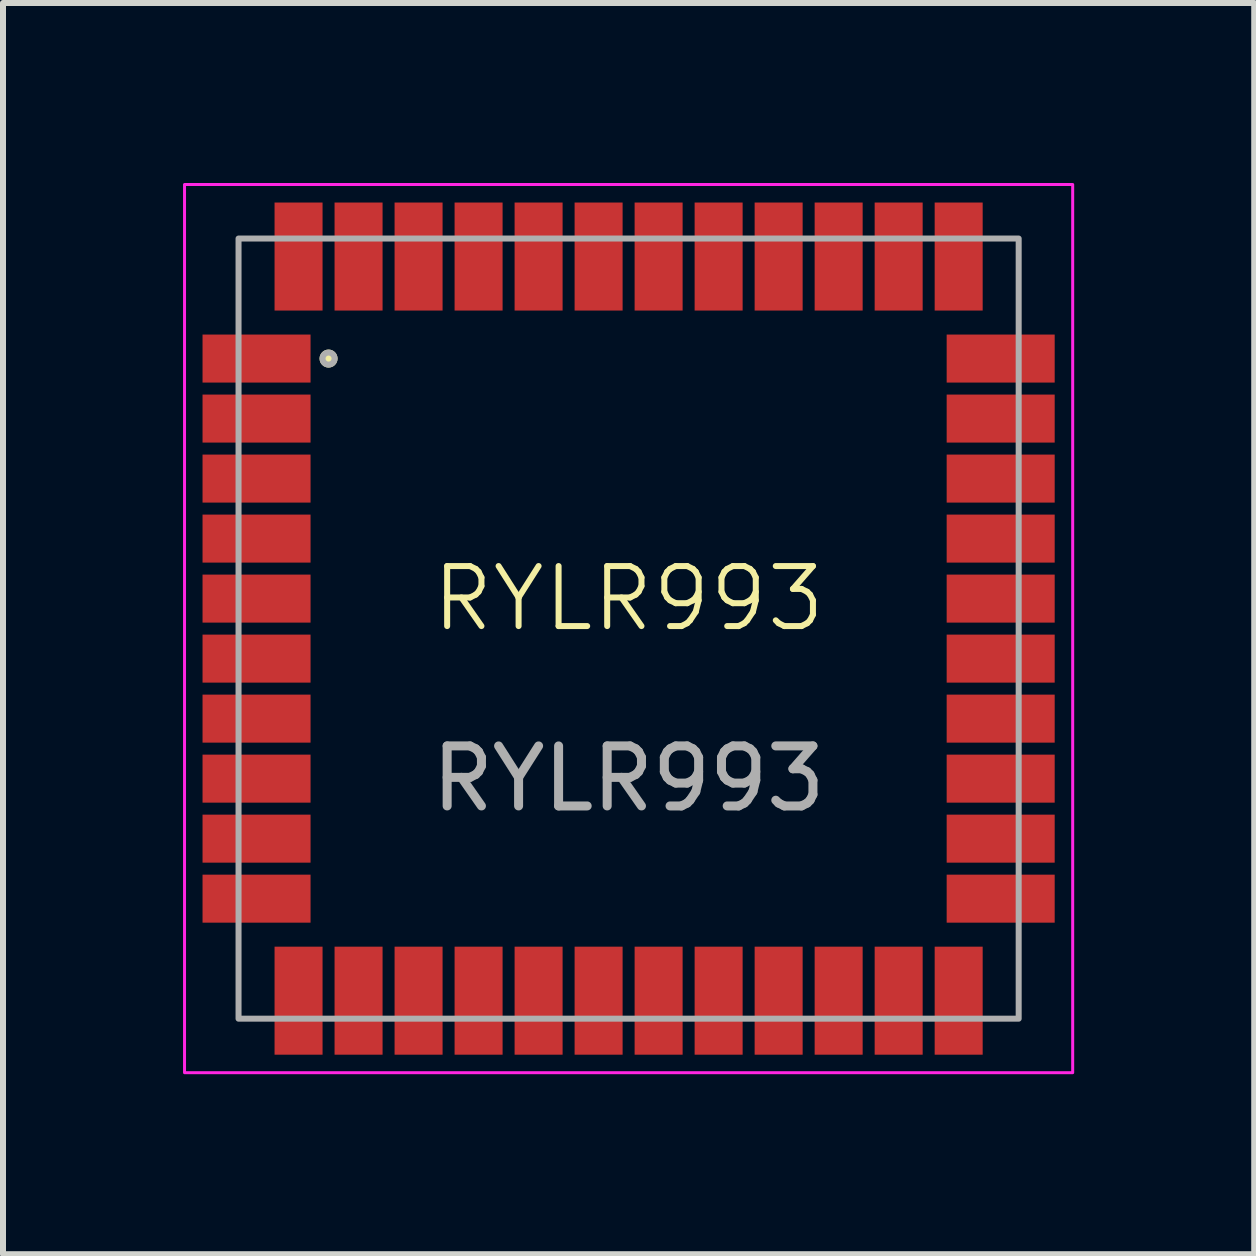
<source format=kicad_pcb>
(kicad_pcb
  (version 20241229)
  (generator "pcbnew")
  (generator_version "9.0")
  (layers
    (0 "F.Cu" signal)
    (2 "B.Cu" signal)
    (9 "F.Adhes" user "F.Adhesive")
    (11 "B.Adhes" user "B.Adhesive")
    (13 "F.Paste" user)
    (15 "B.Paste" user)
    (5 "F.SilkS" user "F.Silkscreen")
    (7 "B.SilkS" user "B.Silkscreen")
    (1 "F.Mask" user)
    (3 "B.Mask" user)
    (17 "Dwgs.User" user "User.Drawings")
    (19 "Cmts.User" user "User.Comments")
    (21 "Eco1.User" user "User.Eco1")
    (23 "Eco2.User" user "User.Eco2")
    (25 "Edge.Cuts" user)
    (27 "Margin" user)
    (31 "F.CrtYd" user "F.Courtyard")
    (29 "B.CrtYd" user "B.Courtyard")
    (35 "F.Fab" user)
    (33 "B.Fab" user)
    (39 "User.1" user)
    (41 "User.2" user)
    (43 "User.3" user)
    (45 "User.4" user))
  (footprint "RYLR993"
    (layer "F.Cu")
    (at 7.425 7.425)
    (property "Reference" "RYLR993" (at 0 -0.5 0) (unlocked yes) (layer "F.SilkS") (effects (font (size 1 1) (thickness 0.1))))
    (attr smd)
    (fp_circle (center -5 -4.5) (end -4.9 -4.5) (stroke (width 0.1) (type solid)) (fill yes) (layer "F.SilkS"))
    (fp_rect (start -7.4 -7.4) (end 7.4 7.4) (stroke (width 0.05) (type default)) (fill no) (layer "F.CrtYd"))
    (fp_rect (start -6.5 -6.5) (end 6.5 6.5) (stroke (width 0.1) (type default)) (fill no) (layer "F.Fab"))
    (fp_circle (center -5 -4.5) (end -4.9 -4.5) (stroke (width 0.1) (type solid)) (fill no) (layer "F.Fab"))
    (fp_text user "${REFERENCE}" (at 0 2.5 0) (unlocked yes) (layer "F.Fab") (effects (font (size 1 1) (thickness 0.15))))
    (pad "1" smd rect (at -6.2 -4.5) (size 1.8 0.8) (layers "F.Cu" "F.Mask" "F.Paste"))
    (pad "2" smd rect (at -6.2 -3.5) (size 1.8 0.8) (layers "F.Cu" "F.Mask" "F.Paste"))
    (pad "3" smd rect (at -6.2 -2.5) (size 1.8 0.8) (layers "F.Cu" "F.Mask" "F.Paste"))
    (pad "4" smd rect (at -6.2 -1.5) (size 1.8 0.8) (layers "F.Cu" "F.Mask" "F.Paste"))
    (pad "5" smd rect (at -6.2 -0.5) (size 1.8 0.8) (layers "F.Cu" "F.Mask" "F.Paste"))
    (pad "6" smd rect (at -6.2 0.5) (size 1.8 0.8) (layers "F.Cu" "F.Mask" "F.Paste"))
    (pad "7" smd rect (at -6.2 1.5) (size 1.8 0.8) (layers "F.Cu" "F.Mask" "F.Paste"))
    (pad "8" smd rect (at -6.2 2.5) (size 1.8 0.8) (layers "F.Cu" "F.Mask" "F.Paste"))
    (pad "9" smd rect (at -6.2 3.5) (size 1.8 0.8) (layers "F.Cu" "F.Mask" "F.Paste"))
    (pad "10" smd rect (at -6.2 4.5) (size 1.8 0.8) (layers "F.Cu" "F.Mask" "F.Paste"))
    (pad "11" smd rect (at -5.5 6.2 90) (size 1.8 0.8) (layers "F.Cu" "F.Mask" "F.Paste"))
    (pad "12" smd rect (at -4.5 6.2 90) (size 1.8 0.8) (layers "F.Cu" "F.Mask" "F.Paste"))
    (pad "13" smd rect (at -3.5 6.2 90) (size 1.8 0.8) (layers "F.Cu" "F.Mask" "F.Paste"))
    (pad "14" smd rect (at -2.5 6.2 90) (size 1.8 0.8) (layers "F.Cu" "F.Mask" "F.Paste"))
    (pad "15" smd rect (at -1.5 6.2 90) (size 1.8 0.8) (layers "F.Cu" "F.Mask" "F.Paste"))
    (pad "16" smd rect (at -0.5 6.2 90) (size 1.8 0.8) (layers "F.Cu" "F.Mask" "F.Paste"))
    (pad "17" smd rect (at 0.5 6.2 90) (size 1.8 0.8) (layers "F.Cu" "F.Mask" "F.Paste"))
    (pad "18" smd rect (at 1.5 6.2 90) (size 1.8 0.8) (layers "F.Cu" "F.Mask" "F.Paste"))
    (pad "19" smd rect (at 2.5 6.2 90) (size 1.8 0.8) (layers "F.Cu" "F.Mask" "F.Paste"))
    (pad "20" smd rect (at 3.5 6.2 90) (size 1.8 0.8) (layers "F.Cu" "F.Mask" "F.Paste"))
    (pad "21" smd rect (at 4.5 6.2 90) (size 1.8 0.8) (layers "F.Cu" "F.Mask" "F.Paste"))
    (pad "22" smd rect (at 5.5 6.2 90) (size 1.8 0.8) (layers "F.Cu" "F.Mask" "F.Paste"))
    (pad "23" smd rect (at 6.2 4.5 180) (size 1.8 0.8) (layers "F.Cu" "F.Mask" "F.Paste"))
    (pad "24" smd rect (at 6.2 3.5 180) (size 1.8 0.8) (layers "F.Cu" "F.Mask" "F.Paste"))
    (pad "25" smd rect (at 6.2 2.5 180) (size 1.8 0.8) (layers "F.Cu" "F.Mask" "F.Paste"))
    (pad "26" smd rect (at 6.2 1.5 180) (size 1.8 0.8) (layers "F.Cu" "F.Mask" "F.Paste"))
    (pad "27" smd rect (at 6.2 0.5 180) (size 1.8 0.8) (layers "F.Cu" "F.Mask" "F.Paste"))
    (pad "28" smd rect (at 6.2 -0.5 180) (size 1.8 0.8) (layers "F.Cu" "F.Mask" "F.Paste"))
    (pad "29" smd rect (at 6.2 -1.5 180) (size 1.8 0.8) (layers "F.Cu" "F.Mask" "F.Paste"))
    (pad "30" smd rect (at 6.2 -2.5 180) (size 1.8 0.8) (layers "F.Cu" "F.Mask" "F.Paste"))
    (pad "31" smd rect (at 6.2 -3.5 180) (size 1.8 0.8) (layers "F.Cu" "F.Mask" "F.Paste"))
    (pad "32" smd rect (at 6.2 -4.5 180) (size 1.8 0.8) (layers "F.Cu" "F.Mask" "F.Paste"))
    (pad "33" smd rect (at 5.5 -6.2 270) (size 1.8 0.8) (layers "F.Cu" "F.Mask" "F.Paste"))
    (pad "34" smd rect (at 4.5 -6.2 270) (size 1.8 0.8) (layers "F.Cu" "F.Mask" "F.Paste"))
    (pad "35" smd rect (at 3.5 -6.2 270) (size 1.8 0.8) (layers "F.Cu" "F.Mask" "F.Paste"))
    (pad "36" smd rect (at 2.5 -6.2 270) (size 1.8 0.8) (layers "F.Cu" "F.Mask" "F.Paste"))
    (pad "37" smd rect (at 1.5 -6.2 270) (size 1.8 0.8) (layers "F.Cu" "F.Mask" "F.Paste"))
    (pad "38" smd rect (at 0.5 -6.2 270) (size 1.8 0.8) (layers "F.Cu" "F.Mask" "F.Paste"))
    (pad "39" smd rect (at -0.5 -6.2 270) (size 1.8 0.8) (layers "F.Cu" "F.Mask" "F.Paste"))
    (pad "40" smd rect (at -1.5 -6.2 270) (size 1.8 0.8) (layers "F.Cu" "F.Mask" "F.Paste"))
    (pad "41" smd rect (at -2.5 -6.2 270) (size 1.8 0.8) (layers "F.Cu" "F.Mask" "F.Paste"))
    (pad "42" smd rect (at -3.5 -6.2 270) (size 1.8 0.8) (layers "F.Cu" "F.Mask" "F.Paste"))
    (pad "43" smd rect (at -4.5 -6.2 270) (size 1.8 0.8) (layers "F.Cu" "F.Mask" "F.Paste"))
    (pad "44" smd rect (at -5.5 -6.2 270) (size 1.8 0.8) (layers "F.Cu" "F.Mask" "F.Paste")))
  (gr_rect
    (start -3 -3)
    (end 17.85 17.85)
    (stroke (width 0.1) (type default))
    (fill no)
    (layer "Edge.Cuts")))
</source>
